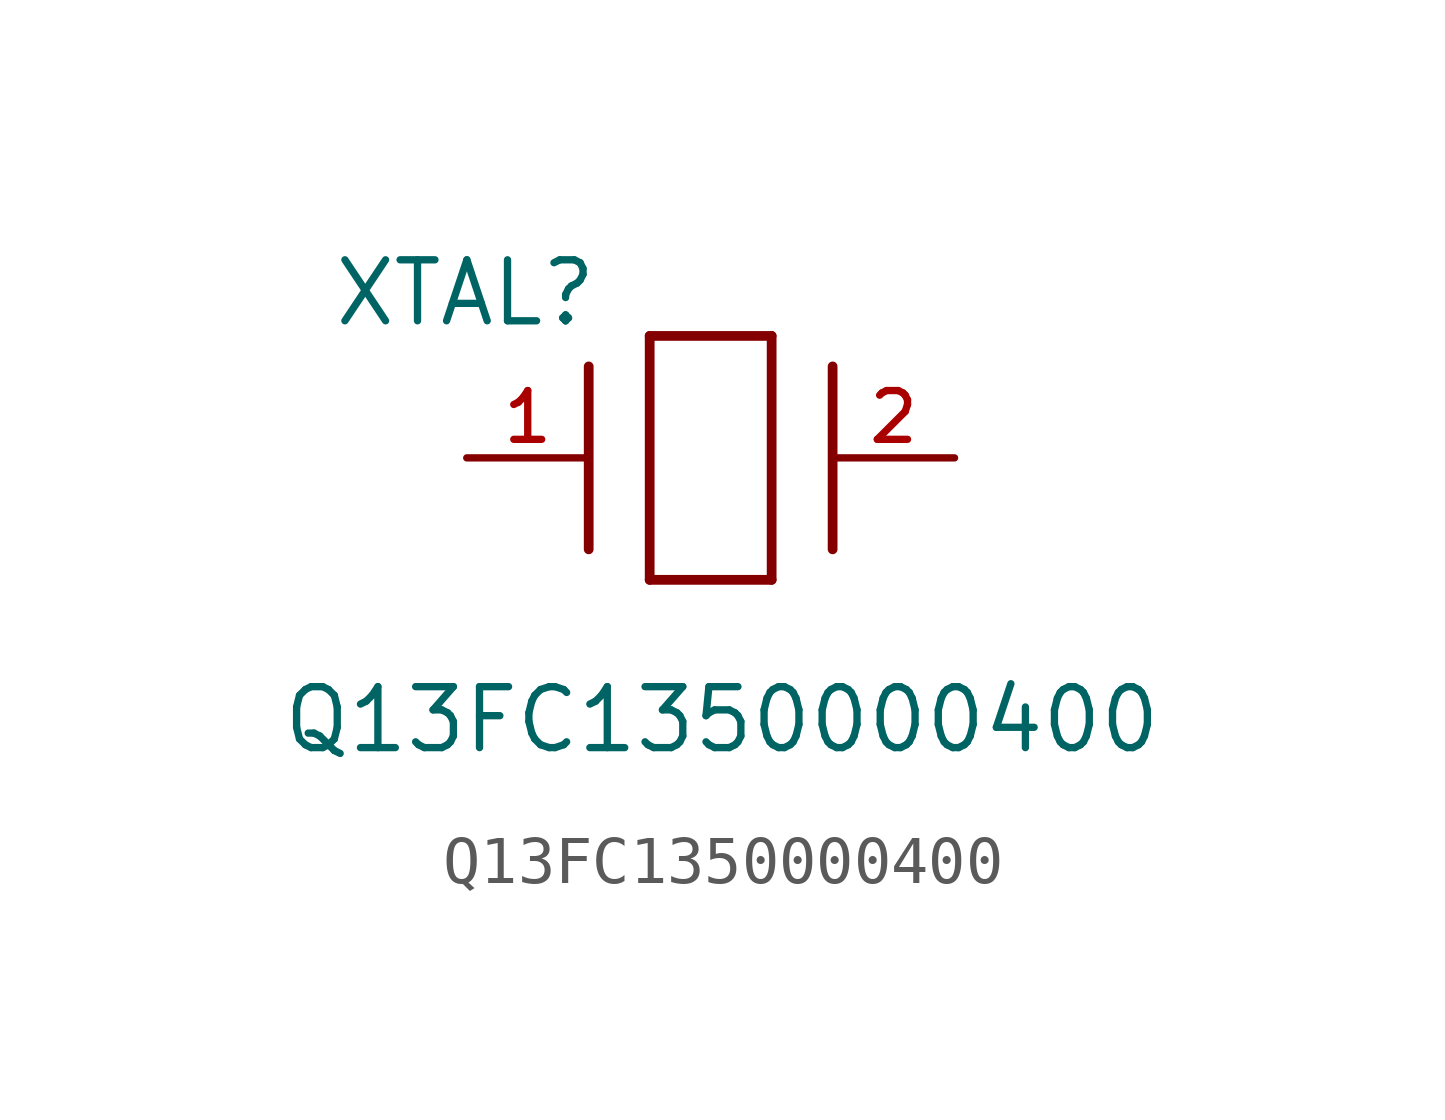
<source format=kicad_sym>
(kicad_symbol_lib
  (version 20211014)
  (generator kicad_symbol_editor)
  (symbol "Q13FC1350000400"
    (pin_names
      (offset 1.016))
    (property "Reference" "XTAL"
      (at -2.819 2.692 0.0)
      (effects (font (size 1.27 1.27)) (justify bottom left)))
    (property "Value" "Q13FC1350000400"
      (at -3.886 -6.198 0.0)
      (effects (font (size 1.27 1.27)) (justify bottom left)))
    (symbol "Q13FC1350000400_0_0"
      (polyline (pts (xy 2.54 -1.905) (xy 2.54 1.905)) (stroke (width 0.203)))
      (polyline (pts (xy 6.35 2.54) (xy 6.35 -2.54)) (stroke (width 0.203)))
      (polyline (pts (xy 7.62 -1.905) (xy 7.62 1.905)) (stroke (width 0.203)))
      (polyline (pts (xy 6.35 -2.54) (xy 3.81 -2.54)) (stroke (width 0.203)))
      (polyline (pts (xy 3.81 2.54) (xy 6.35 2.54)) (stroke (width 0.203)))
      (polyline (pts (xy 3.81 -2.54) (xy 3.81 2.54)) (stroke (width 0.203)))
      (pin passive line (at 0.0 0.0 0) (length 2.54) (name "~" (effects (font (size 1.016 1.016)))) (number "1" (effects (font (size 1.016 1.016)))))
      (pin passive line (at 10.16 0.0 180.0) (length 2.54) (name "~" (effects (font (size 1.016 1.016)))) (number "2" (effects (font (size 1.016 1.016))))))))
</source>
